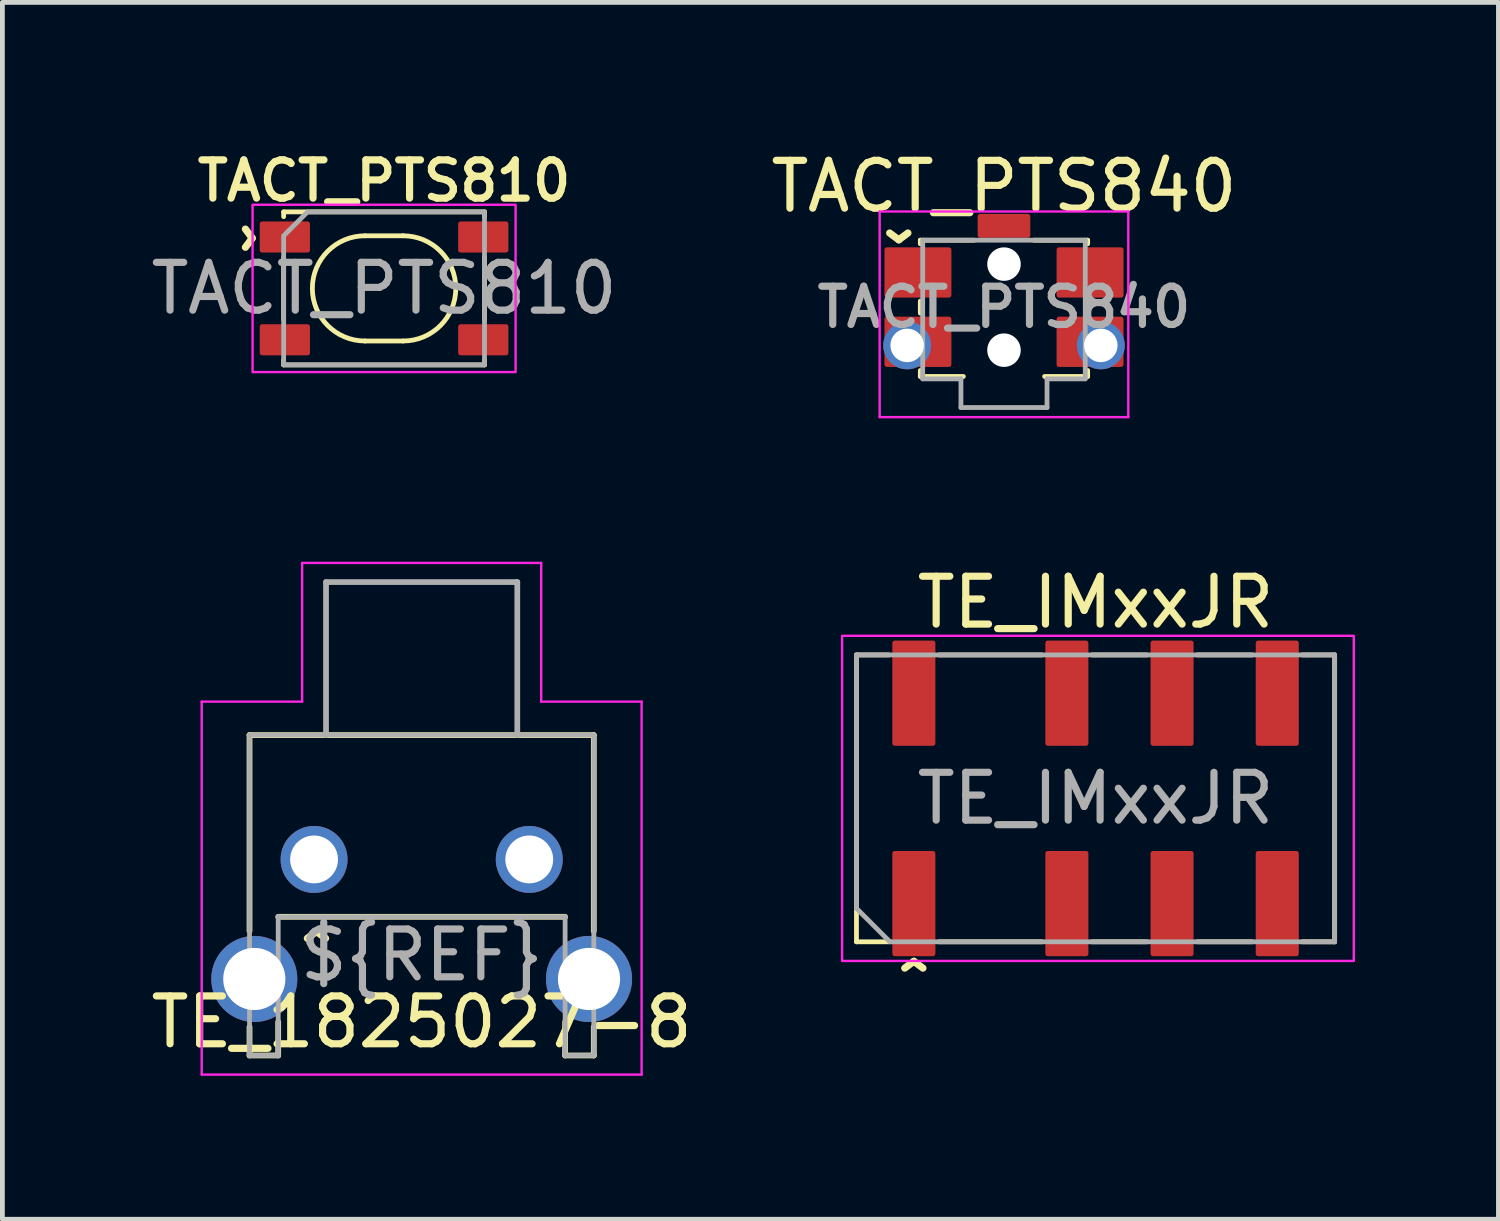
<source format=kicad_pcb>
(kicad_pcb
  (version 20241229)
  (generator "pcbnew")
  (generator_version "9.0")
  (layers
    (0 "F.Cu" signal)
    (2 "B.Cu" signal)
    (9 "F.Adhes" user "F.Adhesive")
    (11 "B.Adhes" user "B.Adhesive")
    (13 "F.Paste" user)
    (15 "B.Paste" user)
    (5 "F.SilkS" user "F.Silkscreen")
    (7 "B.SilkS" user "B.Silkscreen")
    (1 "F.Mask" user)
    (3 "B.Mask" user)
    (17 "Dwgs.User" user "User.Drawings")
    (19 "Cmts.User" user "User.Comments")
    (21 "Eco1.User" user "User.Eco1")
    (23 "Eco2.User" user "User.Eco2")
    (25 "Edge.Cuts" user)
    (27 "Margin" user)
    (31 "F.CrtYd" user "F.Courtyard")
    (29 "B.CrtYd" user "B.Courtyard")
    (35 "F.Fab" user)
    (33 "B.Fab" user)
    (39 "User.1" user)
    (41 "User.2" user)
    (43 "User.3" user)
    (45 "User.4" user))
  (footprint "TE_1825027-8"
    (layer "F.Cu")
    (at 5.768 17.423)
    (property "Reference" "TE_1825027-8" (at 0 0.9 0) (unlocked yes) (layer "F.SilkS") (effects (font (size 1 1) (thickness 0.15))))
    (attr through_hole)
    (fp_line (start -3.6 -5.1) (end 3.6 -5.1) (stroke (width 0.12) (type solid)) (layer "F.SilkS"))
    (fp_line (start -3.6 -1) (end -3.6 -5.1) (stroke (width 0.12) (type solid)) (layer "F.SilkS"))
    (fp_line (start -3.6 1.6) (end -3.6 1) (stroke (width 0.12) (type solid)) (layer "F.SilkS"))
    (fp_line (start -3.6 1.6) (end -3 1.6) (stroke (width 0.12) (type solid)) (layer "F.SilkS"))
    (fp_line (start -3 -1.3) (end 3 -1.3) (stroke (width 0.12) (type solid)) (layer "F.SilkS"))
    (fp_line (start -3 1.6) (end -3 0.9) (stroke (width 0.12) (type solid)) (layer "F.SilkS"))
    (fp_line (start 3 1.6) (end 3 0.9) (stroke (width 0.12) (type solid)) (layer "F.SilkS"))
    (fp_line (start 3.6 -5.1) (end 3.6 -1) (stroke (width 0.12) (type solid)) (layer "F.SilkS"))
    (fp_line (start 3.6 1.6) (end 3 1.6) (stroke (width 0.12) (type solid)) (layer "F.SilkS"))
    (fp_line (start 3.6 1.6) (end 3.6 1) (stroke (width 0.12) (type solid)) (layer "F.SilkS"))
    (fp_line (start -4.6 -5.8) (end -2.5 -5.8) (stroke (width 0.05) (type solid)) (layer "F.CrtYd"))
    (fp_line (start -4.6 2) (end -4.6 -5.8) (stroke (width 0.05) (type solid)) (layer "F.CrtYd"))
    (fp_line (start -2.5 -8.7) (end 2.5 -8.7) (stroke (width 0.05) (type solid)) (layer "F.CrtYd"))
    (fp_line (start -2.5 -5.8) (end -2.5 -8.7) (stroke (width 0.05) (type solid)) (layer "F.CrtYd"))
    (fp_line (start 2.5 -8.7) (end 2.5 -5.8) (stroke (width 0.05) (type solid)) (layer "F.CrtYd"))
    (fp_line (start 2.5 -5.8) (end 4.6 -5.8) (stroke (width 0.05) (type solid)) (layer "F.CrtYd"))
    (fp_line (start 4.6 -5.8) (end 4.6 2) (stroke (width 0.05) (type solid)) (layer "F.CrtYd"))
    (fp_line (start 4.6 2) (end -4.6 2) (stroke (width 0.05) (type solid)) (layer "F.CrtYd"))
    (fp_line (start -3.6 -5.1) (end 3.6 -5.1) (stroke (width 0.1) (type solid)) (layer "F.Fab"))
    (fp_line (start -3.6 1.6) (end -3.6 -5.1) (stroke (width 0.1) (type solid)) (layer "F.Fab"))
    (fp_line (start -3 -1.3) (end -3 1.6) (stroke (width 0.1) (type solid)) (layer "F.Fab"))
    (fp_line (start -3 1.6) (end -3.6 1.6) (stroke (width 0.1) (type solid)) (layer "F.Fab"))
    (fp_line (start -2 -8.3) (end 2 -8.3) (stroke (width 0.12) (type solid)) (layer "F.Fab"))
    (fp_line (start -2 -5.1) (end -2 -8.3) (stroke (width 0.12) (type solid)) (layer "F.Fab"))
    (fp_line (start 2 -8.3) (end 2 -5.1) (stroke (width 0.12) (type solid)) (layer "F.Fab"))
    (fp_line (start 3 -1.3) (end -2.995 -1.3) (stroke (width 0.1) (type solid)) (layer "F.Fab"))
    (fp_line (start 3 1.6) (end 3 -1.3) (stroke (width 0.1) (type solid)) (layer "F.Fab"))
    (fp_line (start 3.6 -5.1) (end 3.6 1.6) (stroke (width 0.1) (type solid)) (layer "F.Fab"))
    (fp_line (start 3.6 1.6) (end 3 1.6) (stroke (width 0.1) (type solid)) (layer "F.Fab"))
    (fp_text user "^" (at -2.2 -0.4 0) (unlocked yes) (layer "F.SilkS") (effects (font (size 1 1) (thickness 0.15))))
    (fp_text user "${REF}" (at 0 -0.5 0) (unlocked yes) (layer "F.Fab") (effects (font (size 1 1) (thickness 0.15))))
    (pad "" thru_hole circle (at -3.5 0) (size 1.8 1.8) (drill 1.3) (layers "*.Cu" "*.Mask"))
    (pad "" thru_hole circle (at 3.5 0) (size 1.8 1.8) (drill 1.3) (layers "*.Cu" "*.Mask"))
    (pad "1" thru_hole circle (at -2.25 -2.5) (size 1.4 1.4) (drill 1) (layers "*.Cu" "*.Mask"))
    (pad "4" thru_hole circle (at 2.25 -2.5) (size 1.4 1.4) (drill 1) (layers "*.Cu" "*.Mask")))
  (footprint "TACT_PTS840"
    (layer "F.Cu")
    (at 17.946 3.373)
    (property "Reference" "TACT_PTS840" (at 0 -2.525 0) (layer "F.SilkS") (effects (font (size 1 1) (thickness 0.15))))
    (attr smd)
    (fp_line (start -1.75 -1.4) (end -1.75 -1.325) (stroke (width 0.1) (type solid)) (layer "F.SilkS"))
    (fp_line (start -1.75 -0.125) (end -1.75 0.125) (stroke (width 0.1) (type solid)) (layer "F.SilkS"))
    (fp_line (start -1.75 1.325) (end -1.75 1.45) (stroke (width 0.1) (type solid)) (layer "F.SilkS"))
    (fp_line (start -1.75 1.45) (end -0.85 1.45) (stroke (width 0.1) (type solid)) (layer "F.SilkS"))
    (fp_line (start -0.625 -1.4) (end -1.75 -1.4) (stroke (width 0.1) (type solid)) (layer "F.SilkS"))
    (fp_line (start 0.85 1.45) (end 1.75 1.45) (stroke (width 0.1) (type solid)) (layer "F.SilkS"))
    (fp_line (start 1.75 -1.4) (end 0.625 -1.4) (stroke (width 0.1) (type solid)) (layer "F.SilkS"))
    (fp_line (start 1.75 -1.4) (end 1.75 -1.325) (stroke (width 0.1) (type solid)) (layer "F.SilkS"))
    (fp_line (start 1.75 0.125) (end 1.75 -0.125) (stroke (width 0.1) (type solid)) (layer "F.SilkS"))
    (fp_line (start 1.75 1.45) (end 1.75 1.325) (stroke (width 0.1) (type solid)) (layer "F.SilkS"))
    (fp_line (start -2.6 -2) (end 2.6 -2) (stroke (width 0.05) (type solid)) (layer "F.CrtYd"))
    (fp_line (start -2.6 2.3) (end -2.6 -2) (stroke (width 0.05) (type solid)) (layer "F.CrtYd"))
    (fp_line (start 2.6 -2) (end 2.6 2.3) (stroke (width 0.05) (type solid)) (layer "F.CrtYd"))
    (fp_line (start 2.6 2.3) (end -2.6 2.3) (stroke (width 0.05) (type solid)) (layer "F.CrtYd"))
    (fp_line (start -1.7 -1.4) (end 1.7 -1.4) (stroke (width 0.1) (type solid)) (layer "F.Fab"))
    (fp_line (start -1.7 1.5) (end -1.7 -1.4) (stroke (width 0.1) (type solid)) (layer "F.Fab"))
    (fp_line (start -0.9 1.5) (end -1.7 1.5) (stroke (width 0.1) (type solid)) (layer "F.Fab"))
    (fp_line (start -0.9 2.1) (end -0.9 1.5) (stroke (width 0.1) (type solid)) (layer "F.Fab"))
    (fp_line (start 0.9 1.5) (end 0.9 2.1) (stroke (width 0.1) (type solid)) (layer "F.Fab"))
    (fp_line (start 0.9 2.1) (end -0.9 2.1) (stroke (width 0.1) (type solid)) (layer "F.Fab"))
    (fp_line (start 1.7 -1.4) (end 1.7 1.5) (stroke (width 0.1) (type solid)) (layer "F.Fab"))
    (fp_line (start 1.7 1.5) (end 0.9 1.5) (stroke (width 0.1) (type solid)) (layer "F.Fab"))
    (fp_text user "^" (at -2.2 -2 180) (unlocked yes) (layer "F.SilkS") (effects (font (size 1 1) (thickness 0.15))))
    (fp_text user "${REFERENCE}" (at 0 0 0) (unlocked yes) (layer "F.Fab") (effects (font (size 0.8 0.8) (thickness 0.15))))
    (pad "" np_thru_hole circle (at 0 -0.9) (size 0.7 0.7) (drill 0.7) (layers "*.Cu" "*.Mask"))
    (pad "" np_thru_hole circle (at 0 0.9) (size 0.7 0.7) (drill 0.7) (layers "*.Cu" "*.Mask"))
    (pad "1" smd roundrect (at -1.8 -0.725) (size 1.4 1.05) (layers "F.Cu" "F.Mask" "F.Paste") (roundrect_rratio 0.048))
    (pad "2" smd roundrect (at 1.8 -0.725) (size 1.4 1.05) (layers "F.Cu" "F.Mask" "F.Paste") (roundrect_rratio 0.048))
    (pad "3" thru_hole circle (at -2.025 0.8) (size 1 1) (drill 0.7) (layers "*.Cu" "*.Mask") (remove_unused_layers yes) (keep_end_layers yes) (zone_layer_connections))
    (pad "3" smd roundrect (at -1.8 0.725) (size 1.4 1.05) (layers "F.Cu" "F.Mask" "F.Paste") (roundrect_rratio 0.048))
    (pad "4" smd roundrect (at 1.8 0.725) (size 1.4 1.05) (layers "F.Cu" "F.Mask" "F.Paste") (roundrect_rratio 0.048))
    (pad "4" thru_hole circle (at 2.025 0.8) (size 1 1) (drill 0.7) (layers "*.Cu" "*.Mask") (remove_unused_layers yes) (keep_end_layers yes) (zone_layer_connections))
    (pad "5" smd roundrect (at 0 -1.7) (size 1.1 0.5) (layers "F.Cu" "F.Mask" "F.Paste") (roundrect_rratio 0.1)))
  (footprint "TACT_PTS810"
    (layer "F.Cu")
    (at 4.982 2.981)
    (property "Reference" "TACT_PTS810" (at 0 -2.25 0) (layer "F.SilkS") (effects (font (size 0.8 0.8) (thickness 0.15))))
    (attr smd)
    (fp_line (start -2.1 -1.6) (end -2.1 -1.5) (stroke (width 0.1) (type solid)) (layer "F.SilkS"))
    (fp_line (start -2.1 0.65) (end -2.1 -0.65) (stroke (width 0.1) (type solid)) (layer "F.SilkS"))
    (fp_line (start -2.1 1.6) (end -2.1 1.5) (stroke (width 0.1) (type solid)) (layer "F.SilkS"))
    (fp_line (start -2.1 1.6) (end 2.1 1.6) (stroke (width 0.1) (type solid)) (layer "F.SilkS"))
    (fp_line (start -0.4 -1.1) (end 0.4 -1.1) (stroke (width 0.1) (type solid)) (layer "F.SilkS"))
    (fp_line (start -0.4 1.1) (end 0.4 1.1) (stroke (width 0.1) (type solid)) (layer "F.SilkS"))
    (fp_line (start 2.1 -1.6) (end -2.1 -1.6) (stroke (width 0.1) (type solid)) (layer "F.SilkS"))
    (fp_line (start 2.1 -1.6) (end 2.1 -1.5) (stroke (width 0.1) (type solid)) (layer "F.SilkS"))
    (fp_line (start 2.1 -0.65) (end 2.1 0.65) (stroke (width 0.1) (type solid)) (layer "F.SilkS"))
    (fp_line (start 2.1 1.6) (end 2.1 1.5) (stroke (width 0.1) (type solid)) (layer "F.SilkS"))
    (fp_arc (start -0.4 1.1) (mid -1.5 0) (end -0.4 -1.1) (stroke (width 0.1) (type solid)) (layer "F.SilkS"))
    (fp_arc (start 0.4 -1.1) (mid 1.5 0) (end 0.4 1.1) (stroke (width 0.1) (type solid)) (layer "F.SilkS"))
    (fp_rect (start 2.75 -1.75) (end -2.75 1.75) (stroke (width 0.05) (type solid)) (fill no) (layer "F.CrtYd"))
    (fp_poly (pts (xy -1.6 -1.6) (xy -2.1 -1.1) (xy -2.1 1.6) (xy 2.1 1.6) (xy 2.1 -1.6)) (stroke (width 0.1) (type solid)) (fill no) (layer "F.Fab"))
    (fp_text user "^" (at -3.35 -1.05 270) (unlocked yes) (layer "F.SilkS") (effects (font (size 1 1) (thickness 0.15))))
    (fp_text user "${REFERENCE}" (at 0 0 0) (layer "F.Fab") (effects (font (size 1 1) (thickness 0.15))))
    (pad "1" smd roundrect (at -2.075 -1.075) (size 1.05 0.65) (layers "F.Cu" "F.Mask" "F.Paste") (roundrect_rratio 0.077))
    (pad "2" smd roundrect (at 2.075 -1.075) (size 1.05 0.65) (layers "F.Cu" "F.Mask" "F.Paste") (roundrect_rratio 0.077))
    (pad "3" smd roundrect (at -2.075 1.075) (size 1.05 0.65) (layers "F.Cu" "F.Mask" "F.Paste") (roundrect_rratio 0.077))
    (pad "4" smd roundrect (at 2.075 1.075) (size 1.05 0.65) (layers "F.Cu" "F.Mask" "F.Paste") (roundrect_rratio 0.077)))
  (footprint "TE_IMxxJR"
    (layer "F.Cu")
    (at 19.861 13.646)
    (property "Reference" "TE_IMxxJR" (at 0 -4.1 0) (unlocked yes) (layer "F.SilkS") (effects (font (size 1 1) (thickness 0.15))))
    (fp_line (start -5 -3) (end -4.325 -3) (stroke (width 0.1) (type solid)) (layer "F.SilkS"))
    (fp_line (start -5 3) (end -5 -3) (stroke (width 0.1) (type solid)) (layer "F.SilkS"))
    (fp_line (start -4.325 3) (end -5 3) (stroke (width 0.1) (type solid)) (layer "F.SilkS"))
    (fp_line (start -3.275 -3) (end -1.125 -3) (stroke (width 0.1) (type solid)) (layer "F.SilkS"))
    (fp_line (start -1.125 3) (end -3.275 3) (stroke (width 0.1) (type solid)) (layer "F.SilkS"))
    (fp_line (start -0.075 -3) (end 1.075 -3) (stroke (width 0.1) (type solid)) (layer "F.SilkS"))
    (fp_line (start 1.075 3) (end -0.075 3) (stroke (width 0.1) (type solid)) (layer "F.SilkS"))
    (fp_line (start 2.125 -3) (end 3.275 -3) (stroke (width 0.1) (type solid)) (layer "F.SilkS"))
    (fp_line (start 3.275 3) (end 2.125 3) (stroke (width 0.1) (type solid)) (layer "F.SilkS"))
    (fp_line (start 5 -3) (end 4.325 -3) (stroke (width 0.1) (type solid)) (layer "F.SilkS"))
    (fp_line (start 5 -3) (end 5 3) (stroke (width 0.1) (type solid)) (layer "F.SilkS"))
    (fp_line (start 5 3) (end 4.325 3) (stroke (width 0.1) (type solid)) (layer "F.SilkS"))
    (fp_rect (start -5.3 -3.4) (end 5.4 3.4) (stroke (width 0.05) (type solid)) (fill no) (layer "F.CrtYd"))
    (fp_line (start -5 -3) (end -5 2.3) (stroke (width 0.1) (type solid)) (layer "F.Fab"))
    (fp_line (start -5 2.3) (end -4.3 3) (stroke (width 0.1) (type solid)) (layer "F.Fab"))
    (fp_line (start -4.3 3) (end 5 3) (stroke (width 0.1) (type solid)) (layer "F.Fab"))
    (fp_line (start 5 -3) (end -5 -3) (stroke (width 0.1) (type solid)) (layer "F.Fab"))
    (fp_line (start 5 3) (end 5 -3) (stroke (width 0.1) (type solid)) (layer "F.Fab"))
    (fp_text user "^" (at -3.8 4 0) (unlocked yes) (layer "F.SilkS") (effects (font (size 1 1) (thickness 0.15))))
    (fp_text user "${REFERENCE}" (at 0 0 0) (unlocked yes) (layer "F.Fab") (effects (font (size 1 1) (thickness 0.15))))
    (pad "1" smd roundrect (at -3.8 2.2) (size 0.9 2.2) (layers "F.Cu" "F.Mask" "F.Paste") (roundrect_rratio 0.056))
    (pad "2" smd roundrect (at -0.6 2.2) (size 0.9 2.2) (layers "F.Cu" "F.Mask" "F.Paste") (roundrect_rratio 0.056))
    (pad "3" smd roundrect (at 1.6 2.2) (size 0.9 2.2) (layers "F.Cu" "F.Mask" "F.Paste") (roundrect_rratio 0.056))
    (pad "4" smd roundrect (at 3.8 2.2) (size 0.9 2.2) (layers "F.Cu" "F.Mask" "F.Paste") (roundrect_rratio 0.056))
    (pad "5" smd roundrect (at 3.8 -2.2) (size 0.9 2.2) (layers "F.Cu" "F.Mask" "F.Paste") (roundrect_rratio 0.056))
    (pad "6" smd roundrect (at 1.6 -2.2) (size 0.9 2.2) (layers "F.Cu" "F.Mask" "F.Paste") (roundrect_rratio 0.056))
    (pad "7" smd roundrect (at -0.6 -2.2) (size 0.9 2.2) (layers "F.Cu" "F.Mask" "F.Paste") (roundrect_rratio 0.056))
    (pad "8" smd roundrect (at -3.8 -2.2) (size 0.9 2.2) (layers "F.Cu" "F.Mask" "F.Paste") (roundrect_rratio 0.056)))
  (gr_rect
    (start -3 -3)
    (end 28.286 22.448)
    (stroke (width 0.1) (type default))
    (fill no)
    (layer "Edge.Cuts")))
</source>
